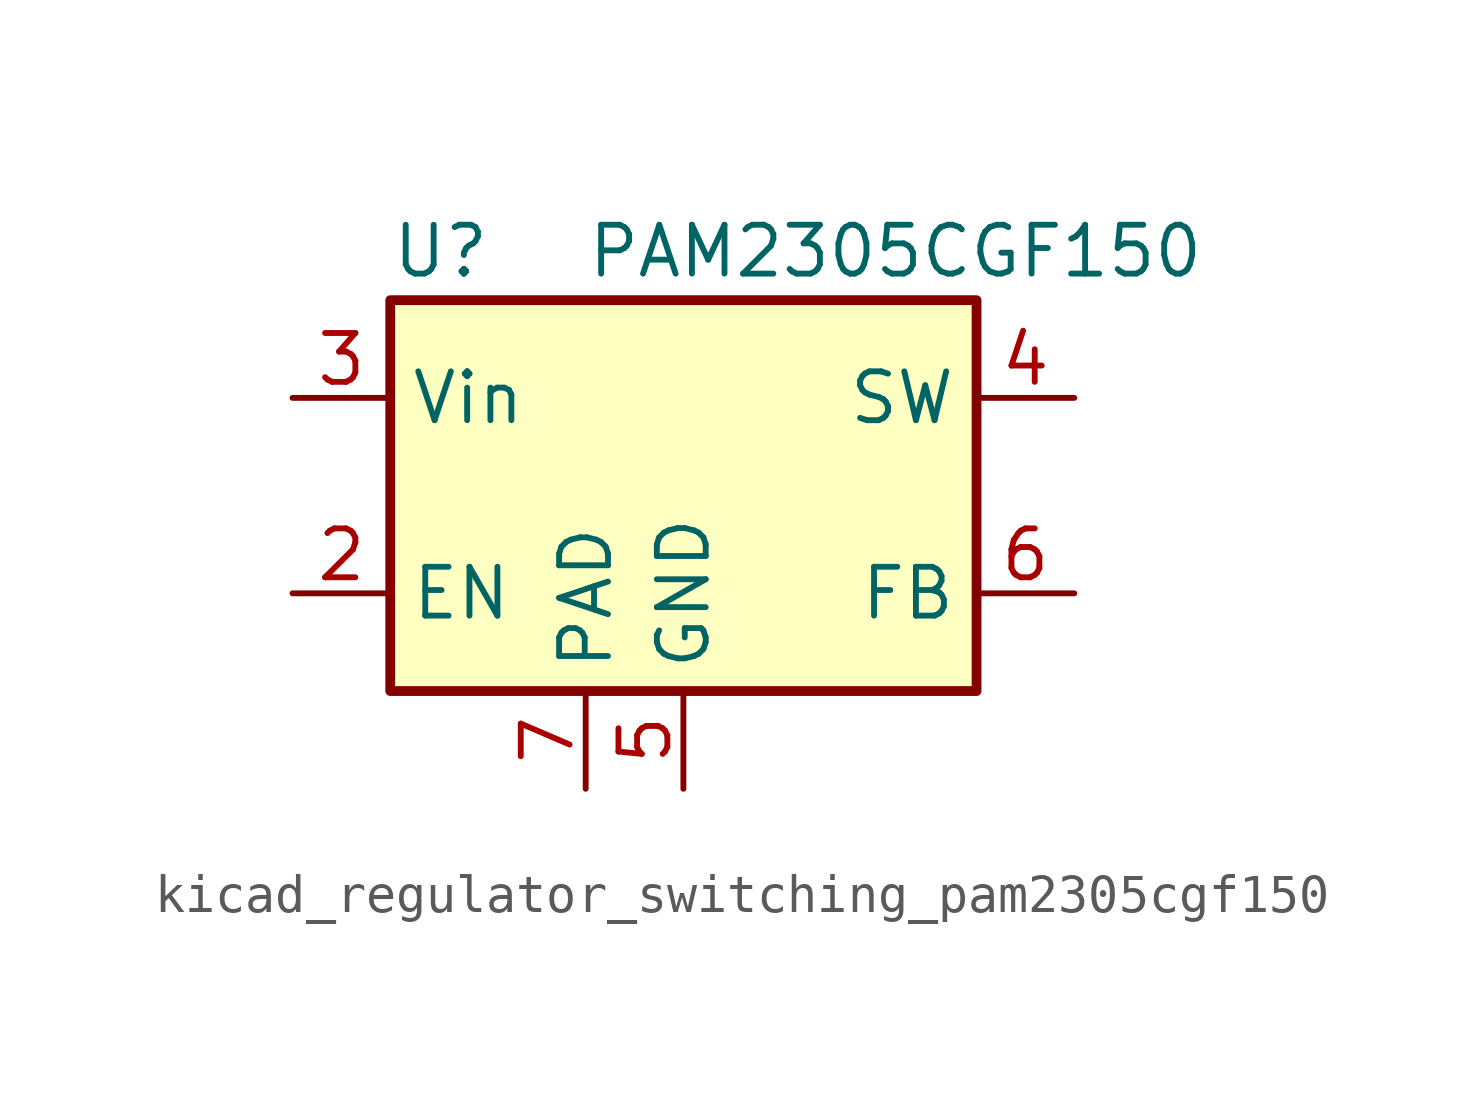
<source format=kicad_sym>
(kicad_symbol_lib
  (version 20220914)
  (generator kicad_symbol_editor)
  (symbol "kicad_regulator_switching_pam2305cgf150"
    (property "Reference" "U"
      (at -7.62 6.35 0)
      (effects (font (size 1.27 1.27)) (justify left)))
    (property "Value" "PAM2305CGF150"
      (at -2.54 6.35 0)
      (effects (font (size 1.27 1.27)) (justify left)))
    (symbol "kicad_regulator_switching_pam2305cgf150_0_1"
      (rectangle (start -7.62 5.08) (end 7.62 -5.08) (stroke (width 0.254) (type default)) (fill (type background))))
    (symbol "kicad_regulator_switching_pam2305cgf150_1_1"
      (pin no_connect line (at -7.62 0 0) (length 2.54) hide (name "NC" (effects (font (size 1.27 1.27)))) (number "1" (effects (font (size 1.27 1.27)))))
      (pin input line (at -10.16 -2.54 0) (length 2.54) (name "EN" (effects (font (size 1.27 1.27)))) (number "2" (effects (font (size 1.27 1.27)))))
      (pin power_in line (at -10.16 2.54 0) (length 2.54) (name "Vin" (effects (font (size 1.27 1.27)))) (number "3" (effects (font (size 1.27 1.27)))))
      (pin output line (at 10.16 2.54 180) (length 2.54) (name "SW" (effects (font (size 1.27 1.27)))) (number "4" (effects (font (size 1.27 1.27)))))
      (pin power_in line (at 0 -7.62 90) (length 2.54) (name "GND" (effects (font (size 1.27 1.27)))) (number "5" (effects (font (size 1.27 1.27)))))
      (pin input line (at 10.16 -2.54 180) (length 2.54) (name "FB" (effects (font (size 1.27 1.27)))) (number "6" (effects (font (size 1.27 1.27)))))
      (pin passive line (at -2.54 -7.62 90) (length 2.54) (name "PAD" (effects (font (size 1.27 1.27)))) (number "7" (effects (font (size 1.27 1.27))))))))
</source>
